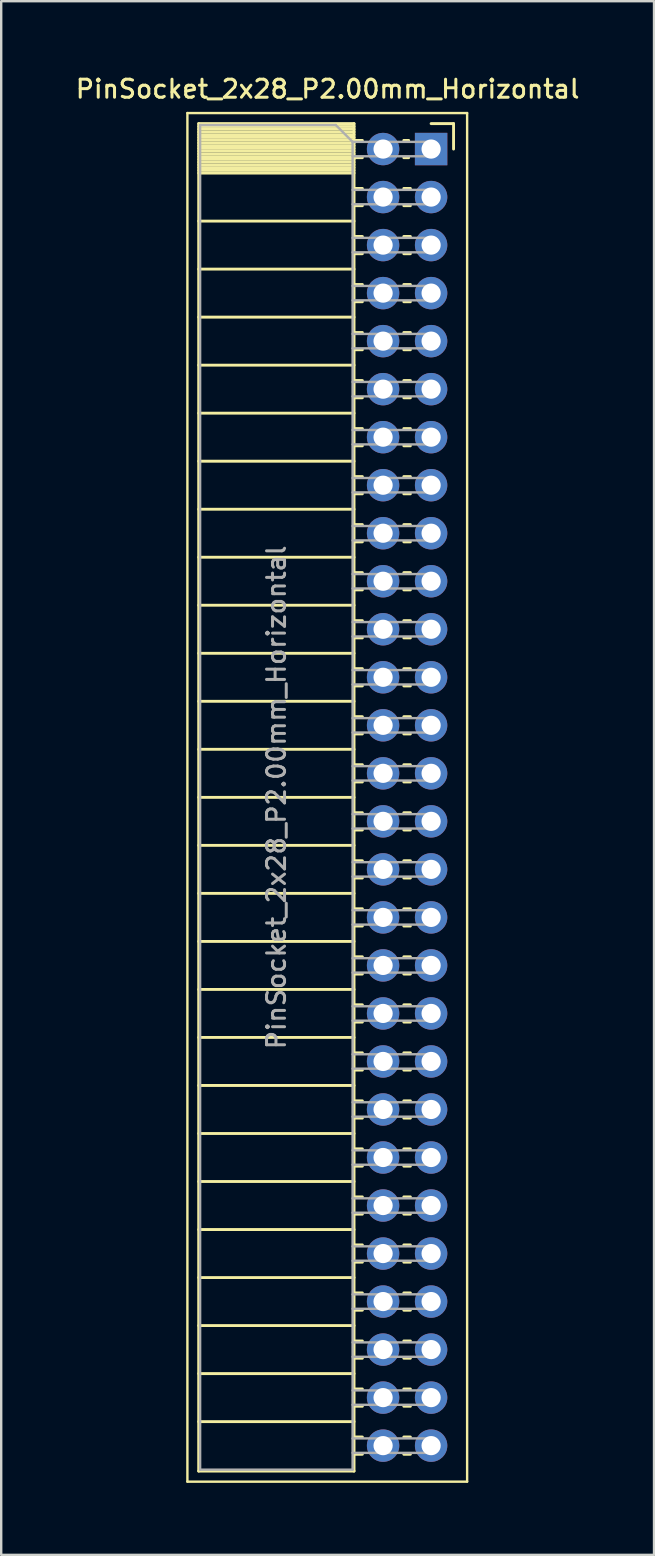
<source format=kicad_pcb>
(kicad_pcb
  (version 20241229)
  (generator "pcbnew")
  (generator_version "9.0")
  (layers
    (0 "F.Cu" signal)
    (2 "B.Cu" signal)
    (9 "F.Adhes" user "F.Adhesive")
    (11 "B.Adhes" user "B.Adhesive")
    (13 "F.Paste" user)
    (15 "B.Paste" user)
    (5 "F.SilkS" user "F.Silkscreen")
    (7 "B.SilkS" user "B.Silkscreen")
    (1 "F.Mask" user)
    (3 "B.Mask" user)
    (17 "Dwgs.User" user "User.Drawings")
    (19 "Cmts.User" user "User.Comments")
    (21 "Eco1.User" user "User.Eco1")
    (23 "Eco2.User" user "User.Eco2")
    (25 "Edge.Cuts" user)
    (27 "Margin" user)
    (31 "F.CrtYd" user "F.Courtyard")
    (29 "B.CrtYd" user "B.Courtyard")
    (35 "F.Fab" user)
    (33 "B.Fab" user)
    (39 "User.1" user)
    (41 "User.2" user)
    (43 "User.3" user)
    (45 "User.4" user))
  (footprint "PinSocket_2x28_P2.00mm_Horizontal"
    (layer "F.Cu")
    (at 14.905 3.158)
    (property "Reference" "PinSocket_2x28_P2.00mm_Horizontal" (at -4.31 -2.5 0) (layer "F.SilkS") (effects (font (size 0.75 0.75) (thickness 0.125))))
    (attr through_hole)
    (fp_line (start -10.15 -1.5) (end -10.15 55.5) (stroke (width 0.1) (type solid)) (layer "F.SilkS"))
    (fp_line (start -10.15 55.5) (end 1.5 55.5) (stroke (width 0.1) (type solid)) (layer "F.SilkS"))
    (fp_line (start -9.68 -1.06) (end -9.68 55.06) (stroke (width 0.12) (type solid)) (layer "F.SilkS"))
    (fp_line (start -9.68 -1.06) (end -3.21 -1.06) (stroke (width 0.12) (type solid)) (layer "F.SilkS"))
    (fp_line (start -9.68 -0.94) (end -3.21 -0.94) (stroke (width 0.12) (type solid)) (layer "F.SilkS"))
    (fp_line (start -9.68 -0.826) (end -3.21 -0.826) (stroke (width 0.12) (type solid)) (layer "F.SilkS"))
    (fp_line (start -9.68 -0.712) (end -3.21 -0.712) (stroke (width 0.12) (type solid)) (layer "F.SilkS"))
    (fp_line (start -9.68 -0.598) (end -3.21 -0.598) (stroke (width 0.12) (type solid)) (layer "F.SilkS"))
    (fp_line (start -9.68 -0.484) (end -3.21 -0.484) (stroke (width 0.12) (type solid)) (layer "F.SilkS"))
    (fp_line (start -9.68 -0.369) (end -3.21 -0.369) (stroke (width 0.12) (type solid)) (layer "F.SilkS"))
    (fp_line (start -9.68 -0.255) (end -3.21 -0.255) (stroke (width 0.12) (type solid)) (layer "F.SilkS"))
    (fp_line (start -9.68 -0.141) (end -3.21 -0.141) (stroke (width 0.12) (type solid)) (layer "F.SilkS"))
    (fp_line (start -9.68 -0.027) (end -3.21 -0.027) (stroke (width 0.12) (type solid)) (layer "F.SilkS"))
    (fp_line (start -9.68 0.087) (end -3.21 0.087) (stroke (width 0.12) (type solid)) (layer "F.SilkS"))
    (fp_line (start -9.68 0.201) (end -3.21 0.201) (stroke (width 0.12) (type solid)) (layer "F.SilkS"))
    (fp_line (start -9.68 0.315) (end -3.21 0.315) (stroke (width 0.12) (type solid)) (layer "F.SilkS"))
    (fp_line (start -9.68 0.429) (end -3.21 0.429) (stroke (width 0.12) (type solid)) (layer "F.SilkS"))
    (fp_line (start -9.68 0.544) (end -3.21 0.544) (stroke (width 0.12) (type solid)) (layer "F.SilkS"))
    (fp_line (start -9.68 0.658) (end -3.21 0.658) (stroke (width 0.12) (type solid)) (layer "F.SilkS"))
    (fp_line (start -9.68 0.772) (end -3.21 0.772) (stroke (width 0.12) (type solid)) (layer "F.SilkS"))
    (fp_line (start -9.68 0.886) (end -3.21 0.886) (stroke (width 0.12) (type solid)) (layer "F.SilkS"))
    (fp_line (start -9.68 1) (end -3.21 1) (stroke (width 0.12) (type solid)) (layer "F.SilkS"))
    (fp_line (start -9.68 3) (end -3.21 3) (stroke (width 0.12) (type solid)) (layer "F.SilkS"))
    (fp_line (start -9.68 5) (end -3.21 5) (stroke (width 0.12) (type solid)) (layer "F.SilkS"))
    (fp_line (start -9.68 7) (end -3.21 7) (stroke (width 0.12) (type solid)) (layer "F.SilkS"))
    (fp_line (start -9.68 9) (end -3.21 9) (stroke (width 0.12) (type solid)) (layer "F.SilkS"))
    (fp_line (start -9.68 11) (end -3.21 11) (stroke (width 0.12) (type solid)) (layer "F.SilkS"))
    (fp_line (start -9.68 13) (end -3.21 13) (stroke (width 0.12) (type solid)) (layer "F.SilkS"))
    (fp_line (start -9.68 15) (end -3.21 15) (stroke (width 0.12) (type solid)) (layer "F.SilkS"))
    (fp_line (start -9.68 17) (end -3.21 17) (stroke (width 0.12) (type solid)) (layer "F.SilkS"))
    (fp_line (start -9.68 19) (end -3.21 19) (stroke (width 0.12) (type solid)) (layer "F.SilkS"))
    (fp_line (start -9.68 21) (end -3.21 21) (stroke (width 0.12) (type solid)) (layer "F.SilkS"))
    (fp_line (start -9.68 23) (end -3.21 23) (stroke (width 0.12) (type solid)) (layer "F.SilkS"))
    (fp_line (start -9.68 25) (end -3.21 25) (stroke (width 0.12) (type solid)) (layer "F.SilkS"))
    (fp_line (start -9.68 27) (end -3.21 27) (stroke (width 0.12) (type solid)) (layer "F.SilkS"))
    (fp_line (start -9.68 29) (end -3.21 29) (stroke (width 0.12) (type solid)) (layer "F.SilkS"))
    (fp_line (start -9.68 31) (end -3.21 31) (stroke (width 0.12) (type solid)) (layer "F.SilkS"))
    (fp_line (start -9.68 33) (end -3.21 33) (stroke (width 0.12) (type solid)) (layer "F.SilkS"))
    (fp_line (start -9.68 35) (end -3.21 35) (stroke (width 0.12) (type solid)) (layer "F.SilkS"))
    (fp_line (start -9.68 37) (end -3.21 37) (stroke (width 0.12) (type solid)) (layer "F.SilkS"))
    (fp_line (start -9.68 39) (end -3.21 39) (stroke (width 0.12) (type solid)) (layer "F.SilkS"))
    (fp_line (start -9.68 41) (end -3.21 41) (stroke (width 0.12) (type solid)) (layer "F.SilkS"))
    (fp_line (start -9.68 43) (end -3.21 43) (stroke (width 0.12) (type solid)) (layer "F.SilkS"))
    (fp_line (start -9.68 45) (end -3.21 45) (stroke (width 0.12) (type solid)) (layer "F.SilkS"))
    (fp_line (start -9.68 47) (end -3.21 47) (stroke (width 0.12) (type solid)) (layer "F.SilkS"))
    (fp_line (start -9.68 49) (end -3.21 49) (stroke (width 0.12) (type solid)) (layer "F.SilkS"))
    (fp_line (start -9.68 51) (end -3.21 51) (stroke (width 0.12) (type solid)) (layer "F.SilkS"))
    (fp_line (start -9.68 53) (end -3.21 53) (stroke (width 0.12) (type solid)) (layer "F.SilkS"))
    (fp_line (start -9.68 55.06) (end -3.21 55.06) (stroke (width 0.12) (type solid)) (layer "F.SilkS"))
    (fp_line (start -3.21 -1.06) (end -3.21 55.06) (stroke (width 0.12) (type solid)) (layer "F.SilkS"))
    (fp_line (start -3.21 -0.36) (end -2.863 -0.36) (stroke (width 0.12) (type solid)) (layer "F.SilkS"))
    (fp_line (start -3.21 0.36) (end -2.863 0.36) (stroke (width 0.12) (type solid)) (layer "F.SilkS"))
    (fp_line (start -3.21 1.64) (end -2.863 1.64) (stroke (width 0.12) (type solid)) (layer "F.SilkS"))
    (fp_line (start -3.21 2.36) (end -2.863 2.36) (stroke (width 0.12) (type solid)) (layer "F.SilkS"))
    (fp_line (start -3.21 3.64) (end -2.863 3.64) (stroke (width 0.12) (type solid)) (layer "F.SilkS"))
    (fp_line (start -3.21 4.36) (end -2.863 4.36) (stroke (width 0.12) (type solid)) (layer "F.SilkS"))
    (fp_line (start -3.21 5.64) (end -2.863 5.64) (stroke (width 0.12) (type solid)) (layer "F.SilkS"))
    (fp_line (start -3.21 6.36) (end -2.863 6.36) (stroke (width 0.12) (type solid)) (layer "F.SilkS"))
    (fp_line (start -3.21 7.64) (end -2.863 7.64) (stroke (width 0.12) (type solid)) (layer "F.SilkS"))
    (fp_line (start -3.21 8.36) (end -2.863 8.36) (stroke (width 0.12) (type solid)) (layer "F.SilkS"))
    (fp_line (start -3.21 9.64) (end -2.863 9.64) (stroke (width 0.12) (type solid)) (layer "F.SilkS"))
    (fp_line (start -3.21 10.36) (end -2.863 10.36) (stroke (width 0.12) (type solid)) (layer "F.SilkS"))
    (fp_line (start -3.21 11.64) (end -2.863 11.64) (stroke (width 0.12) (type solid)) (layer "F.SilkS"))
    (fp_line (start -3.21 12.36) (end -2.863 12.36) (stroke (width 0.12) (type solid)) (layer "F.SilkS"))
    (fp_line (start -3.21 13.64) (end -2.863 13.64) (stroke (width 0.12) (type solid)) (layer "F.SilkS"))
    (fp_line (start -3.21 14.36) (end -2.863 14.36) (stroke (width 0.12) (type solid)) (layer "F.SilkS"))
    (fp_line (start -3.21 15.64) (end -2.863 15.64) (stroke (width 0.12) (type solid)) (layer "F.SilkS"))
    (fp_line (start -3.21 16.36) (end -2.863 16.36) (stroke (width 0.12) (type solid)) (layer "F.SilkS"))
    (fp_line (start -3.21 17.64) (end -2.863 17.64) (stroke (width 0.12) (type solid)) (layer "F.SilkS"))
    (fp_line (start -3.21 18.36) (end -2.863 18.36) (stroke (width 0.12) (type solid)) (layer "F.SilkS"))
    (fp_line (start -3.21 19.64) (end -2.863 19.64) (stroke (width 0.12) (type solid)) (layer "F.SilkS"))
    (fp_line (start -3.21 20.36) (end -2.863 20.36) (stroke (width 0.12) (type solid)) (layer "F.SilkS"))
    (fp_line (start -3.21 21.64) (end -2.863 21.64) (stroke (width 0.12) (type solid)) (layer "F.SilkS"))
    (fp_line (start -3.21 22.36) (end -2.863 22.36) (stroke (width 0.12) (type solid)) (layer "F.SilkS"))
    (fp_line (start -3.21 23.64) (end -2.863 23.64) (stroke (width 0.12) (type solid)) (layer "F.SilkS"))
    (fp_line (start -3.21 24.36) (end -2.863 24.36) (stroke (width 0.12) (type solid)) (layer "F.SilkS"))
    (fp_line (start -3.21 25.64) (end -2.863 25.64) (stroke (width 0.12) (type solid)) (layer "F.SilkS"))
    (fp_line (start -3.21 26.36) (end -2.863 26.36) (stroke (width 0.12) (type solid)) (layer "F.SilkS"))
    (fp_line (start -3.21 27.64) (end -2.863 27.64) (stroke (width 0.12) (type solid)) (layer "F.SilkS"))
    (fp_line (start -3.21 28.36) (end -2.863 28.36) (stroke (width 0.12) (type solid)) (layer "F.SilkS"))
    (fp_line (start -3.21 29.64) (end -2.863 29.64) (stroke (width 0.12) (type solid)) (layer "F.SilkS"))
    (fp_line (start -3.21 30.36) (end -2.863 30.36) (stroke (width 0.12) (type solid)) (layer "F.SilkS"))
    (fp_line (start -3.21 31.64) (end -2.863 31.64) (stroke (width 0.12) (type solid)) (layer "F.SilkS"))
    (fp_line (start -3.21 32.36) (end -2.863 32.36) (stroke (width 0.12) (type solid)) (layer "F.SilkS"))
    (fp_line (start -3.21 33.64) (end -2.863 33.64) (stroke (width 0.12) (type solid)) (layer "F.SilkS"))
    (fp_line (start -3.21 34.36) (end -2.863 34.36) (stroke (width 0.12) (type solid)) (layer "F.SilkS"))
    (fp_line (start -3.21 35.64) (end -2.863 35.64) (stroke (width 0.12) (type solid)) (layer "F.SilkS"))
    (fp_line (start -3.21 36.36) (end -2.863 36.36) (stroke (width 0.12) (type solid)) (layer "F.SilkS"))
    (fp_line (start -3.21 37.64) (end -2.863 37.64) (stroke (width 0.12) (type solid)) (layer "F.SilkS"))
    (fp_line (start -3.21 38.36) (end -2.863 38.36) (stroke (width 0.12) (type solid)) (layer "F.SilkS"))
    (fp_line (start -3.21 39.64) (end -2.863 39.64) (stroke (width 0.12) (type solid)) (layer "F.SilkS"))
    (fp_line (start -3.21 40.36) (end -2.863 40.36) (stroke (width 0.12) (type solid)) (layer "F.SilkS"))
    (fp_line (start -3.21 41.64) (end -2.863 41.64) (stroke (width 0.12) (type solid)) (layer "F.SilkS"))
    (fp_line (start -3.21 42.36) (end -2.863 42.36) (stroke (width 0.12) (type solid)) (layer "F.SilkS"))
    (fp_line (start -3.21 43.64) (end -2.863 43.64) (stroke (width 0.12) (type solid)) (layer "F.SilkS"))
    (fp_line (start -3.21 44.36) (end -2.863 44.36) (stroke (width 0.12) (type solid)) (layer "F.SilkS"))
    (fp_line (start -3.21 45.64) (end -2.863 45.64) (stroke (width 0.12) (type solid)) (layer "F.SilkS"))
    (fp_line (start -3.21 46.36) (end -2.863 46.36) (stroke (width 0.12) (type solid)) (layer "F.SilkS"))
    (fp_line (start -3.21 47.64) (end -2.863 47.64) (stroke (width 0.12) (type solid)) (layer "F.SilkS"))
    (fp_line (start -3.21 48.36) (end -2.863 48.36) (stroke (width 0.12) (type solid)) (layer "F.SilkS"))
    (fp_line (start -3.21 49.64) (end -2.863 49.64) (stroke (width 0.12) (type solid)) (layer "F.SilkS"))
    (fp_line (start -3.21 50.36) (end -2.863 50.36) (stroke (width 0.12) (type solid)) (layer "F.SilkS"))
    (fp_line (start -3.21 51.64) (end -2.863 51.64) (stroke (width 0.12) (type solid)) (layer "F.SilkS"))
    (fp_line (start -3.21 52.36) (end -2.863 52.36) (stroke (width 0.12) (type solid)) (layer "F.SilkS"))
    (fp_line (start -3.21 53.64) (end -2.863 53.64) (stroke (width 0.12) (type solid)) (layer "F.SilkS"))
    (fp_line (start -3.21 54.36) (end -2.863 54.36) (stroke (width 0.12) (type solid)) (layer "F.SilkS"))
    (fp_line (start -1.137 -0.36) (end -0.935 -0.36) (stroke (width 0.12) (type solid)) (layer "F.SilkS"))
    (fp_line (start -1.137 0.36) (end -0.935 0.36) (stroke (width 0.12) (type solid)) (layer "F.SilkS"))
    (fp_line (start -1.137 1.64) (end -0.863 1.64) (stroke (width 0.12) (type solid)) (layer "F.SilkS"))
    (fp_line (start -1.137 2.36) (end -0.863 2.36) (stroke (width 0.12) (type solid)) (layer "F.SilkS"))
    (fp_line (start -1.137 3.64) (end -0.863 3.64) (stroke (width 0.12) (type solid)) (layer "F.SilkS"))
    (fp_line (start -1.137 4.36) (end -0.863 4.36) (stroke (width 0.12) (type solid)) (layer "F.SilkS"))
    (fp_line (start -1.137 5.64) (end -0.863 5.64) (stroke (width 0.12) (type solid)) (layer "F.SilkS"))
    (fp_line (start -1.137 6.36) (end -0.863 6.36) (stroke (width 0.12) (type solid)) (layer "F.SilkS"))
    (fp_line (start -1.137 7.64) (end -0.863 7.64) (stroke (width 0.12) (type solid)) (layer "F.SilkS"))
    (fp_line (start -1.137 8.36) (end -0.863 8.36) (stroke (width 0.12) (type solid)) (layer "F.SilkS"))
    (fp_line (start -1.137 9.64) (end -0.863 9.64) (stroke (width 0.12) (type solid)) (layer "F.SilkS"))
    (fp_line (start -1.137 10.36) (end -0.863 10.36) (stroke (width 0.12) (type solid)) (layer "F.SilkS"))
    (fp_line (start -1.137 11.64) (end -0.863 11.64) (stroke (width 0.12) (type solid)) (layer "F.SilkS"))
    (fp_line (start -1.137 12.36) (end -0.863 12.36) (stroke (width 0.12) (type solid)) (layer "F.SilkS"))
    (fp_line (start -1.137 13.64) (end -0.863 13.64) (stroke (width 0.12) (type solid)) (layer "F.SilkS"))
    (fp_line (start -1.137 14.36) (end -0.863 14.36) (stroke (width 0.12) (type solid)) (layer "F.SilkS"))
    (fp_line (start -1.137 15.64) (end -0.863 15.64) (stroke (width 0.12) (type solid)) (layer "F.SilkS"))
    (fp_line (start -1.137 16.36) (end -0.863 16.36) (stroke (width 0.12) (type solid)) (layer "F.SilkS"))
    (fp_line (start -1.137 17.64) (end -0.863 17.64) (stroke (width 0.12) (type solid)) (layer "F.SilkS"))
    (fp_line (start -1.137 18.36) (end -0.863 18.36) (stroke (width 0.12) (type solid)) (layer "F.SilkS"))
    (fp_line (start -1.137 19.64) (end -0.863 19.64) (stroke (width 0.12) (type solid)) (layer "F.SilkS"))
    (fp_line (start -1.137 20.36) (end -0.863 20.36) (stroke (width 0.12) (type solid)) (layer "F.SilkS"))
    (fp_line (start -1.137 21.64) (end -0.863 21.64) (stroke (width 0.12) (type solid)) (layer "F.SilkS"))
    (fp_line (start -1.137 22.36) (end -0.863 22.36) (stroke (width 0.12) (type solid)) (layer "F.SilkS"))
    (fp_line (start -1.137 23.64) (end -0.863 23.64) (stroke (width 0.12) (type solid)) (layer "F.SilkS"))
    (fp_line (start -1.137 24.36) (end -0.863 24.36) (stroke (width 0.12) (type solid)) (layer "F.SilkS"))
    (fp_line (start -1.137 25.64) (end -0.863 25.64) (stroke (width 0.12) (type solid)) (layer "F.SilkS"))
    (fp_line (start -1.137 26.36) (end -0.863 26.36) (stroke (width 0.12) (type solid)) (layer "F.SilkS"))
    (fp_line (start -1.137 27.64) (end -0.863 27.64) (stroke (width 0.12) (type solid)) (layer "F.SilkS"))
    (fp_line (start -1.137 28.36) (end -0.863 28.36) (stroke (width 0.12) (type solid)) (layer "F.SilkS"))
    (fp_line (start -1.137 29.64) (end -0.863 29.64) (stroke (width 0.12) (type solid)) (layer "F.SilkS"))
    (fp_line (start -1.137 30.36) (end -0.863 30.36) (stroke (width 0.12) (type solid)) (layer "F.SilkS"))
    (fp_line (start -1.137 31.64) (end -0.863 31.64) (stroke (width 0.12) (type solid)) (layer "F.SilkS"))
    (fp_line (start -1.137 32.36) (end -0.863 32.36) (stroke (width 0.12) (type solid)) (layer "F.SilkS"))
    (fp_line (start -1.137 33.64) (end -0.863 33.64) (stroke (width 0.12) (type solid)) (layer "F.SilkS"))
    (fp_line (start -1.137 34.36) (end -0.863 34.36) (stroke (width 0.12) (type solid)) (layer "F.SilkS"))
    (fp_line (start -1.137 35.64) (end -0.863 35.64) (stroke (width 0.12) (type solid)) (layer "F.SilkS"))
    (fp_line (start -1.137 36.36) (end -0.863 36.36) (stroke (width 0.12) (type solid)) (layer "F.SilkS"))
    (fp_line (start -1.137 37.64) (end -0.863 37.64) (stroke (width 0.12) (type solid)) (layer "F.SilkS"))
    (fp_line (start -1.137 38.36) (end -0.863 38.36) (stroke (width 0.12) (type solid)) (layer "F.SilkS"))
    (fp_line (start -1.137 39.64) (end -0.863 39.64) (stroke (width 0.12) (type solid)) (layer "F.SilkS"))
    (fp_line (start -1.137 40.36) (end -0.863 40.36) (stroke (width 0.12) (type solid)) (layer "F.SilkS"))
    (fp_line (start -1.137 41.64) (end -0.863 41.64) (stroke (width 0.12) (type solid)) (layer "F.SilkS"))
    (fp_line (start -1.137 42.36) (end -0.863 42.36) (stroke (width 0.12) (type solid)) (layer "F.SilkS"))
    (fp_line (start -1.137 43.64) (end -0.863 43.64) (stroke (width 0.12) (type solid)) (layer "F.SilkS"))
    (fp_line (start -1.137 44.36) (end -0.863 44.36) (stroke (width 0.12) (type solid)) (layer "F.SilkS"))
    (fp_line (start -1.137 45.64) (end -0.863 45.64) (stroke (width 0.12) (type solid)) (layer "F.SilkS"))
    (fp_line (start -1.137 46.36) (end -0.863 46.36) (stroke (width 0.12) (type solid)) (layer "F.SilkS"))
    (fp_line (start -1.137 47.64) (end -0.863 47.64) (stroke (width 0.12) (type solid)) (layer "F.SilkS"))
    (fp_line (start -1.137 48.36) (end -0.863 48.36) (stroke (width 0.12) (type solid)) (layer "F.SilkS"))
    (fp_line (start -1.137 49.64) (end -0.863 49.64) (stroke (width 0.12) (type solid)) (layer "F.SilkS"))
    (fp_line (start -1.137 50.36) (end -0.863 50.36) (stroke (width 0.12) (type solid)) (layer "F.SilkS"))
    (fp_line (start -1.137 51.64) (end -0.863 51.64) (stroke (width 0.12) (type solid)) (layer "F.SilkS"))
    (fp_line (start -1.137 52.36) (end -0.863 52.36) (stroke (width 0.12) (type solid)) (layer "F.SilkS"))
    (fp_line (start -1.137 53.64) (end -0.863 53.64) (stroke (width 0.12) (type solid)) (layer "F.SilkS"))
    (fp_line (start -1.137 54.36) (end -0.863 54.36) (stroke (width 0.12) (type solid)) (layer "F.SilkS"))
    (fp_line (start 0 -1.06) (end 0.935 -1.06) (stroke (width 0.12) (type solid)) (layer "F.SilkS"))
    (fp_line (start 0.935 -1.06) (end 0.935 0) (stroke (width 0.12) (type solid)) (layer "F.SilkS"))
    (fp_line (start 1.5 -1.5) (end -10.15 -1.5) (stroke (width 0.1) (type solid)) (layer "F.SilkS"))
    (fp_line (start 1.5 55.5) (end 1.5 -1.5) (stroke (width 0.1) (type solid)) (layer "F.SilkS"))
    (fp_line (start -9.62 -1) (end -3.97 -1) (stroke (width 0.1) (type solid)) (layer "F.Fab"))
    (fp_line (start -9.62 55) (end -9.62 -1) (stroke (width 0.1) (type solid)) (layer "F.Fab"))
    (fp_line (start -3.97 -1) (end -3.27 -0.3) (stroke (width 0.1) (type solid)) (layer "F.Fab"))
    (fp_line (start -3.27 -0.3) (end -3.27 55) (stroke (width 0.1) (type solid)) (layer "F.Fab"))
    (fp_line (start -3.27 0.3) (end 0 0.3) (stroke (width 0.1) (type solid)) (layer "F.Fab"))
    (fp_line (start -3.27 2.3) (end 0 2.3) (stroke (width 0.1) (type solid)) (layer "F.Fab"))
    (fp_line (start -3.27 4.3) (end 0 4.3) (stroke (width 0.1) (type solid)) (layer "F.Fab"))
    (fp_line (start -3.27 6.3) (end 0 6.3) (stroke (width 0.1) (type solid)) (layer "F.Fab"))
    (fp_line (start -3.27 8.3) (end 0 8.3) (stroke (width 0.1) (type solid)) (layer "F.Fab"))
    (fp_line (start -3.27 10.3) (end 0 10.3) (stroke (width 0.1) (type solid)) (layer "F.Fab"))
    (fp_line (start -3.27 12.3) (end 0 12.3) (stroke (width 0.1) (type solid)) (layer "F.Fab"))
    (fp_line (start -3.27 14.3) (end 0 14.3) (stroke (width 0.1) (type solid)) (layer "F.Fab"))
    (fp_line (start -3.27 16.3) (end 0 16.3) (stroke (width 0.1) (type solid)) (layer "F.Fab"))
    (fp_line (start -3.27 18.3) (end 0 18.3) (stroke (width 0.1) (type solid)) (layer "F.Fab"))
    (fp_line (start -3.27 20.3) (end 0 20.3) (stroke (width 0.1) (type solid)) (layer "F.Fab"))
    (fp_line (start -3.27 22.3) (end 0 22.3) (stroke (width 0.1) (type solid)) (layer "F.Fab"))
    (fp_line (start -3.27 24.3) (end 0 24.3) (stroke (width 0.1) (type solid)) (layer "F.Fab"))
    (fp_line (start -3.27 26.3) (end 0 26.3) (stroke (width 0.1) (type solid)) (layer "F.Fab"))
    (fp_line (start -3.27 28.3) (end 0 28.3) (stroke (width 0.1) (type solid)) (layer "F.Fab"))
    (fp_line (start -3.27 30.3) (end 0 30.3) (stroke (width 0.1) (type solid)) (layer "F.Fab"))
    (fp_line (start -3.27 32.3) (end 0 32.3) (stroke (width 0.1) (type solid)) (layer "F.Fab"))
    (fp_line (start -3.27 34.3) (end 0 34.3) (stroke (width 0.1) (type solid)) (layer "F.Fab"))
    (fp_line (start -3.27 36.3) (end 0 36.3) (stroke (width 0.1) (type solid)) (layer "F.Fab"))
    (fp_line (start -3.27 38.3) (end 0 38.3) (stroke (width 0.1) (type solid)) (layer "F.Fab"))
    (fp_line (start -3.27 40.3) (end 0 40.3) (stroke (width 0.1) (type solid)) (layer "F.Fab"))
    (fp_line (start -3.27 42.3) (end 0 42.3) (stroke (width 0.1) (type solid)) (layer "F.Fab"))
    (fp_line (start -3.27 44.3) (end 0 44.3) (stroke (width 0.1) (type solid)) (layer "F.Fab"))
    (fp_line (start -3.27 46.3) (end 0 46.3) (stroke (width 0.1) (type solid)) (layer "F.Fab"))
    (fp_line (start -3.27 48.3) (end 0 48.3) (stroke (width 0.1) (type solid)) (layer "F.Fab"))
    (fp_line (start -3.27 50.3) (end 0 50.3) (stroke (width 0.1) (type solid)) (layer "F.Fab"))
    (fp_line (start -3.27 52.3) (end 0 52.3) (stroke (width 0.1) (type solid)) (layer "F.Fab"))
    (fp_line (start -3.27 54.3) (end 0 54.3) (stroke (width 0.1) (type solid)) (layer "F.Fab"))
    (fp_line (start -3.27 55) (end -9.62 55) (stroke (width 0.1) (type solid)) (layer "F.Fab"))
    (fp_line (start 0 -0.3) (end -3.27 -0.3) (stroke (width 0.1) (type solid)) (layer "F.Fab"))
    (fp_line (start 0 0.3) (end 0 -0.3) (stroke (width 0.1) (type solid)) (layer "F.Fab"))
    (fp_line (start 0 1.7) (end -3.27 1.7) (stroke (width 0.1) (type solid)) (layer "F.Fab"))
    (fp_line (start 0 2.3) (end 0 1.7) (stroke (width 0.1) (type solid)) (layer "F.Fab"))
    (fp_line (start 0 3.7) (end -3.27 3.7) (stroke (width 0.1) (type solid)) (layer "F.Fab"))
    (fp_line (start 0 4.3) (end 0 3.7) (stroke (width 0.1) (type solid)) (layer "F.Fab"))
    (fp_line (start 0 5.7) (end -3.27 5.7) (stroke (width 0.1) (type solid)) (layer "F.Fab"))
    (fp_line (start 0 6.3) (end 0 5.7) (stroke (width 0.1) (type solid)) (layer "F.Fab"))
    (fp_line (start 0 7.7) (end -3.27 7.7) (stroke (width 0.1) (type solid)) (layer "F.Fab"))
    (fp_line (start 0 8.3) (end 0 7.7) (stroke (width 0.1) (type solid)) (layer "F.Fab"))
    (fp_line (start 0 9.7) (end -3.27 9.7) (stroke (width 0.1) (type solid)) (layer "F.Fab"))
    (fp_line (start 0 10.3) (end 0 9.7) (stroke (width 0.1) (type solid)) (layer "F.Fab"))
    (fp_line (start 0 11.7) (end -3.27 11.7) (stroke (width 0.1) (type solid)) (layer "F.Fab"))
    (fp_line (start 0 12.3) (end 0 11.7) (stroke (width 0.1) (type solid)) (layer "F.Fab"))
    (fp_line (start 0 13.7) (end -3.27 13.7) (stroke (width 0.1) (type solid)) (layer "F.Fab"))
    (fp_line (start 0 14.3) (end 0 13.7) (stroke (width 0.1) (type solid)) (layer "F.Fab"))
    (fp_line (start 0 15.7) (end -3.27 15.7) (stroke (width 0.1) (type solid)) (layer "F.Fab"))
    (fp_line (start 0 16.3) (end 0 15.7) (stroke (width 0.1) (type solid)) (layer "F.Fab"))
    (fp_line (start 0 17.7) (end -3.27 17.7) (stroke (width 0.1) (type solid)) (layer "F.Fab"))
    (fp_line (start 0 18.3) (end 0 17.7) (stroke (width 0.1) (type solid)) (layer "F.Fab"))
    (fp_line (start 0 19.7) (end -3.27 19.7) (stroke (width 0.1) (type solid)) (layer "F.Fab"))
    (fp_line (start 0 20.3) (end 0 19.7) (stroke (width 0.1) (type solid)) (layer "F.Fab"))
    (fp_line (start 0 21.7) (end -3.27 21.7) (stroke (width 0.1) (type solid)) (layer "F.Fab"))
    (fp_line (start 0 22.3) (end 0 21.7) (stroke (width 0.1) (type solid)) (layer "F.Fab"))
    (fp_line (start 0 23.7) (end -3.27 23.7) (stroke (width 0.1) (type solid)) (layer "F.Fab"))
    (fp_line (start 0 24.3) (end 0 23.7) (stroke (width 0.1) (type solid)) (layer "F.Fab"))
    (fp_line (start 0 25.7) (end -3.27 25.7) (stroke (width 0.1) (type solid)) (layer "F.Fab"))
    (fp_line (start 0 26.3) (end 0 25.7) (stroke (width 0.1) (type solid)) (layer "F.Fab"))
    (fp_line (start 0 27.7) (end -3.27 27.7) (stroke (width 0.1) (type solid)) (layer "F.Fab"))
    (fp_line (start 0 28.3) (end 0 27.7) (stroke (width 0.1) (type solid)) (layer "F.Fab"))
    (fp_line (start 0 29.7) (end -3.27 29.7) (stroke (width 0.1) (type solid)) (layer "F.Fab"))
    (fp_line (start 0 30.3) (end 0 29.7) (stroke (width 0.1) (type solid)) (layer "F.Fab"))
    (fp_line (start 0 31.7) (end -3.27 31.7) (stroke (width 0.1) (type solid)) (layer "F.Fab"))
    (fp_line (start 0 32.3) (end 0 31.7) (stroke (width 0.1) (type solid)) (layer "F.Fab"))
    (fp_line (start 0 33.7) (end -3.27 33.7) (stroke (width 0.1) (type solid)) (layer "F.Fab"))
    (fp_line (start 0 34.3) (end 0 33.7) (stroke (width 0.1) (type solid)) (layer "F.Fab"))
    (fp_line (start 0 35.7) (end -3.27 35.7) (stroke (width 0.1) (type solid)) (layer "F.Fab"))
    (fp_line (start 0 36.3) (end 0 35.7) (stroke (width 0.1) (type solid)) (layer "F.Fab"))
    (fp_line (start 0 37.7) (end -3.27 37.7) (stroke (width 0.1) (type solid)) (layer "F.Fab"))
    (fp_line (start 0 38.3) (end 0 37.7) (stroke (width 0.1) (type solid)) (layer "F.Fab"))
    (fp_line (start 0 39.7) (end -3.27 39.7) (stroke (width 0.1) (type solid)) (layer "F.Fab"))
    (fp_line (start 0 40.3) (end 0 39.7) (stroke (width 0.1) (type solid)) (layer "F.Fab"))
    (fp_line (start 0 41.7) (end -3.27 41.7) (stroke (width 0.1) (type solid)) (layer "F.Fab"))
    (fp_line (start 0 42.3) (end 0 41.7) (stroke (width 0.1) (type solid)) (layer "F.Fab"))
    (fp_line (start 0 43.7) (end -3.27 43.7) (stroke (width 0.1) (type solid)) (layer "F.Fab"))
    (fp_line (start 0 44.3) (end 0 43.7) (stroke (width 0.1) (type solid)) (layer "F.Fab"))
    (fp_line (start 0 45.7) (end -3.27 45.7) (stroke (width 0.1) (type solid)) (layer "F.Fab"))
    (fp_line (start 0 46.3) (end 0 45.7) (stroke (width 0.1) (type solid)) (layer "F.Fab"))
    (fp_line (start 0 47.7) (end -3.27 47.7) (stroke (width 0.1) (type solid)) (layer "F.Fab"))
    (fp_line (start 0 48.3) (end 0 47.7) (stroke (width 0.1) (type solid)) (layer "F.Fab"))
    (fp_line (start 0 49.7) (end -3.27 49.7) (stroke (width 0.1) (type solid)) (layer "F.Fab"))
    (fp_line (start 0 50.3) (end 0 49.7) (stroke (width 0.1) (type solid)) (layer "F.Fab"))
    (fp_line (start 0 51.7) (end -3.27 51.7) (stroke (width 0.1) (type solid)) (layer "F.Fab"))
    (fp_line (start 0 52.3) (end 0 51.7) (stroke (width 0.1) (type solid)) (layer "F.Fab"))
    (fp_line (start 0 53.7) (end -3.27 53.7) (stroke (width 0.1) (type solid)) (layer "F.Fab"))
    (fp_line (start 0 54.3) (end 0 53.7) (stroke (width 0.1) (type solid)) (layer "F.Fab"))
    (fp_text user "${REFERENCE}" (at -6.445 27 90) (layer "F.Fab") (effects (font (size 0.75 0.75) (thickness 0.125))))
    (pad "1" thru_hole rect (at 0 0) (size 1.35 1.35) (drill 0.8) (layers "*.Cu" "*.Mask"))
    (pad "2" thru_hole oval (at -2 0) (size 1.35 1.35) (drill 0.8) (layers "*.Cu" "*.Mask"))
    (pad "3" thru_hole oval (at 0 2) (size 1.35 1.35) (drill 0.8) (layers "*.Cu" "*.Mask"))
    (pad "4" thru_hole oval (at -2 2) (size 1.35 1.35) (drill 0.8) (layers "*.Cu" "*.Mask"))
    (pad "5" thru_hole oval (at 0 4) (size 1.35 1.35) (drill 0.8) (layers "*.Cu" "*.Mask"))
    (pad "6" thru_hole oval (at -2 4) (size 1.35 1.35) (drill 0.8) (layers "*.Cu" "*.Mask"))
    (pad "7" thru_hole oval (at 0 6) (size 1.35 1.35) (drill 0.8) (layers "*.Cu" "*.Mask"))
    (pad "8" thru_hole oval (at -2 6) (size 1.35 1.35) (drill 0.8) (layers "*.Cu" "*.Mask"))
    (pad "9" thru_hole oval (at 0 8) (size 1.35 1.35) (drill 0.8) (layers "*.Cu" "*.Mask"))
    (pad "10" thru_hole oval (at -2 8) (size 1.35 1.35) (drill 0.8) (layers "*.Cu" "*.Mask"))
    (pad "11" thru_hole oval (at 0 10) (size 1.35 1.35) (drill 0.8) (layers "*.Cu" "*.Mask"))
    (pad "12" thru_hole oval (at -2 10) (size 1.35 1.35) (drill 0.8) (layers "*.Cu" "*.Mask"))
    (pad "13" thru_hole oval (at 0 12) (size 1.35 1.35) (drill 0.8) (layers "*.Cu" "*.Mask"))
    (pad "14" thru_hole oval (at -2 12) (size 1.35 1.35) (drill 0.8) (layers "*.Cu" "*.Mask"))
    (pad "15" thru_hole oval (at 0 14) (size 1.35 1.35) (drill 0.8) (layers "*.Cu" "*.Mask"))
    (pad "16" thru_hole oval (at -2 14) (size 1.35 1.35) (drill 0.8) (layers "*.Cu" "*.Mask"))
    (pad "17" thru_hole oval (at 0 16) (size 1.35 1.35) (drill 0.8) (layers "*.Cu" "*.Mask"))
    (pad "18" thru_hole oval (at -2 16) (size 1.35 1.35) (drill 0.8) (layers "*.Cu" "*.Mask"))
    (pad "19" thru_hole oval (at 0 18) (size 1.35 1.35) (drill 0.8) (layers "*.Cu" "*.Mask"))
    (pad "20" thru_hole oval (at -2 18) (size 1.35 1.35) (drill 0.8) (layers "*.Cu" "*.Mask"))
    (pad "21" thru_hole oval (at 0 20) (size 1.35 1.35) (drill 0.8) (layers "*.Cu" "*.Mask"))
    (pad "22" thru_hole oval (at -2 20) (size 1.35 1.35) (drill 0.8) (layers "*.Cu" "*.Mask"))
    (pad "23" thru_hole oval (at 0 22) (size 1.35 1.35) (drill 0.8) (layers "*.Cu" "*.Mask"))
    (pad "24" thru_hole oval (at -2 22) (size 1.35 1.35) (drill 0.8) (layers "*.Cu" "*.Mask"))
    (pad "25" thru_hole oval (at 0 24) (size 1.35 1.35) (drill 0.8) (layers "*.Cu" "*.Mask"))
    (pad "26" thru_hole oval (at -2 24) (size 1.35 1.35) (drill 0.8) (layers "*.Cu" "*.Mask"))
    (pad "27" thru_hole oval (at 0 26) (size 1.35 1.35) (drill 0.8) (layers "*.Cu" "*.Mask"))
    (pad "28" thru_hole oval (at -2 26) (size 1.35 1.35) (drill 0.8) (layers "*.Cu" "*.Mask"))
    (pad "29" thru_hole oval (at 0 28) (size 1.35 1.35) (drill 0.8) (layers "*.Cu" "*.Mask"))
    (pad "30" thru_hole oval (at -2 28) (size 1.35 1.35) (drill 0.8) (layers "*.Cu" "*.Mask"))
    (pad "31" thru_hole oval (at 0 30) (size 1.35 1.35) (drill 0.8) (layers "*.Cu" "*.Mask"))
    (pad "32" thru_hole oval (at -2 30) (size 1.35 1.35) (drill 0.8) (layers "*.Cu" "*.Mask"))
    (pad "33" thru_hole oval (at 0 32) (size 1.35 1.35) (drill 0.8) (layers "*.Cu" "*.Mask"))
    (pad "34" thru_hole oval (at -2 32) (size 1.35 1.35) (drill 0.8) (layers "*.Cu" "*.Mask"))
    (pad "35" thru_hole oval (at 0 34) (size 1.35 1.35) (drill 0.8) (layers "*.Cu" "*.Mask"))
    (pad "36" thru_hole oval (at -2 34) (size 1.35 1.35) (drill 0.8) (layers "*.Cu" "*.Mask"))
    (pad "37" thru_hole oval (at 0 36) (size 1.35 1.35) (drill 0.8) (layers "*.Cu" "*.Mask"))
    (pad "38" thru_hole oval (at -2 36) (size 1.35 1.35) (drill 0.8) (layers "*.Cu" "*.Mask"))
    (pad "39" thru_hole oval (at 0 38) (size 1.35 1.35) (drill 0.8) (layers "*.Cu" "*.Mask"))
    (pad "40" thru_hole oval (at -2 38) (size 1.35 1.35) (drill 0.8) (layers "*.Cu" "*.Mask"))
    (pad "41" thru_hole oval (at 0 40) (size 1.35 1.35) (drill 0.8) (layers "*.Cu" "*.Mask"))
    (pad "42" thru_hole oval (at -2 40) (size 1.35 1.35) (drill 0.8) (layers "*.Cu" "*.Mask"))
    (pad "43" thru_hole oval (at 0 42) (size 1.35 1.35) (drill 0.8) (layers "*.Cu" "*.Mask"))
    (pad "44" thru_hole oval (at -2 42) (size 1.35 1.35) (drill 0.8) (layers "*.Cu" "*.Mask"))
    (pad "45" thru_hole oval (at 0 44) (size 1.35 1.35) (drill 0.8) (layers "*.Cu" "*.Mask"))
    (pad "46" thru_hole oval (at -2 44) (size 1.35 1.35) (drill 0.8) (layers "*.Cu" "*.Mask"))
    (pad "47" thru_hole oval (at 0 46) (size 1.35 1.35) (drill 0.8) (layers "*.Cu" "*.Mask"))
    (pad "48" thru_hole oval (at -2 46) (size 1.35 1.35) (drill 0.8) (layers "*.Cu" "*.Mask"))
    (pad "49" thru_hole oval (at 0 48) (size 1.35 1.35) (drill 0.8) (layers "*.Cu" "*.Mask"))
    (pad "50" thru_hole oval (at -2 48) (size 1.35 1.35) (drill 0.8) (layers "*.Cu" "*.Mask"))
    (pad "51" thru_hole oval (at 0 50) (size 1.35 1.35) (drill 0.8) (layers "*.Cu" "*.Mask"))
    (pad "52" thru_hole oval (at -2 50) (size 1.35 1.35) (drill 0.8) (layers "*.Cu" "*.Mask"))
    (pad "53" thru_hole oval (at 0 52) (size 1.35 1.35) (drill 0.8) (layers "*.Cu" "*.Mask"))
    (pad "54" thru_hole oval (at -2 52) (size 1.35 1.35) (drill 0.8) (layers "*.Cu" "*.Mask"))
    (pad "55" thru_hole oval (at 0 54) (size 1.35 1.35) (drill 0.8) (layers "*.Cu" "*.Mask"))
    (pad "56" thru_hole oval (at -2 54) (size 1.35 1.35) (drill 0.8) (layers "*.Cu" "*.Mask")))
  (gr_rect
    (start -3 -3)
    (end 24.189 61.708)
    (stroke (width 0.1) (type default))
    (fill no)
    (layer "Edge.Cuts")))
</source>
